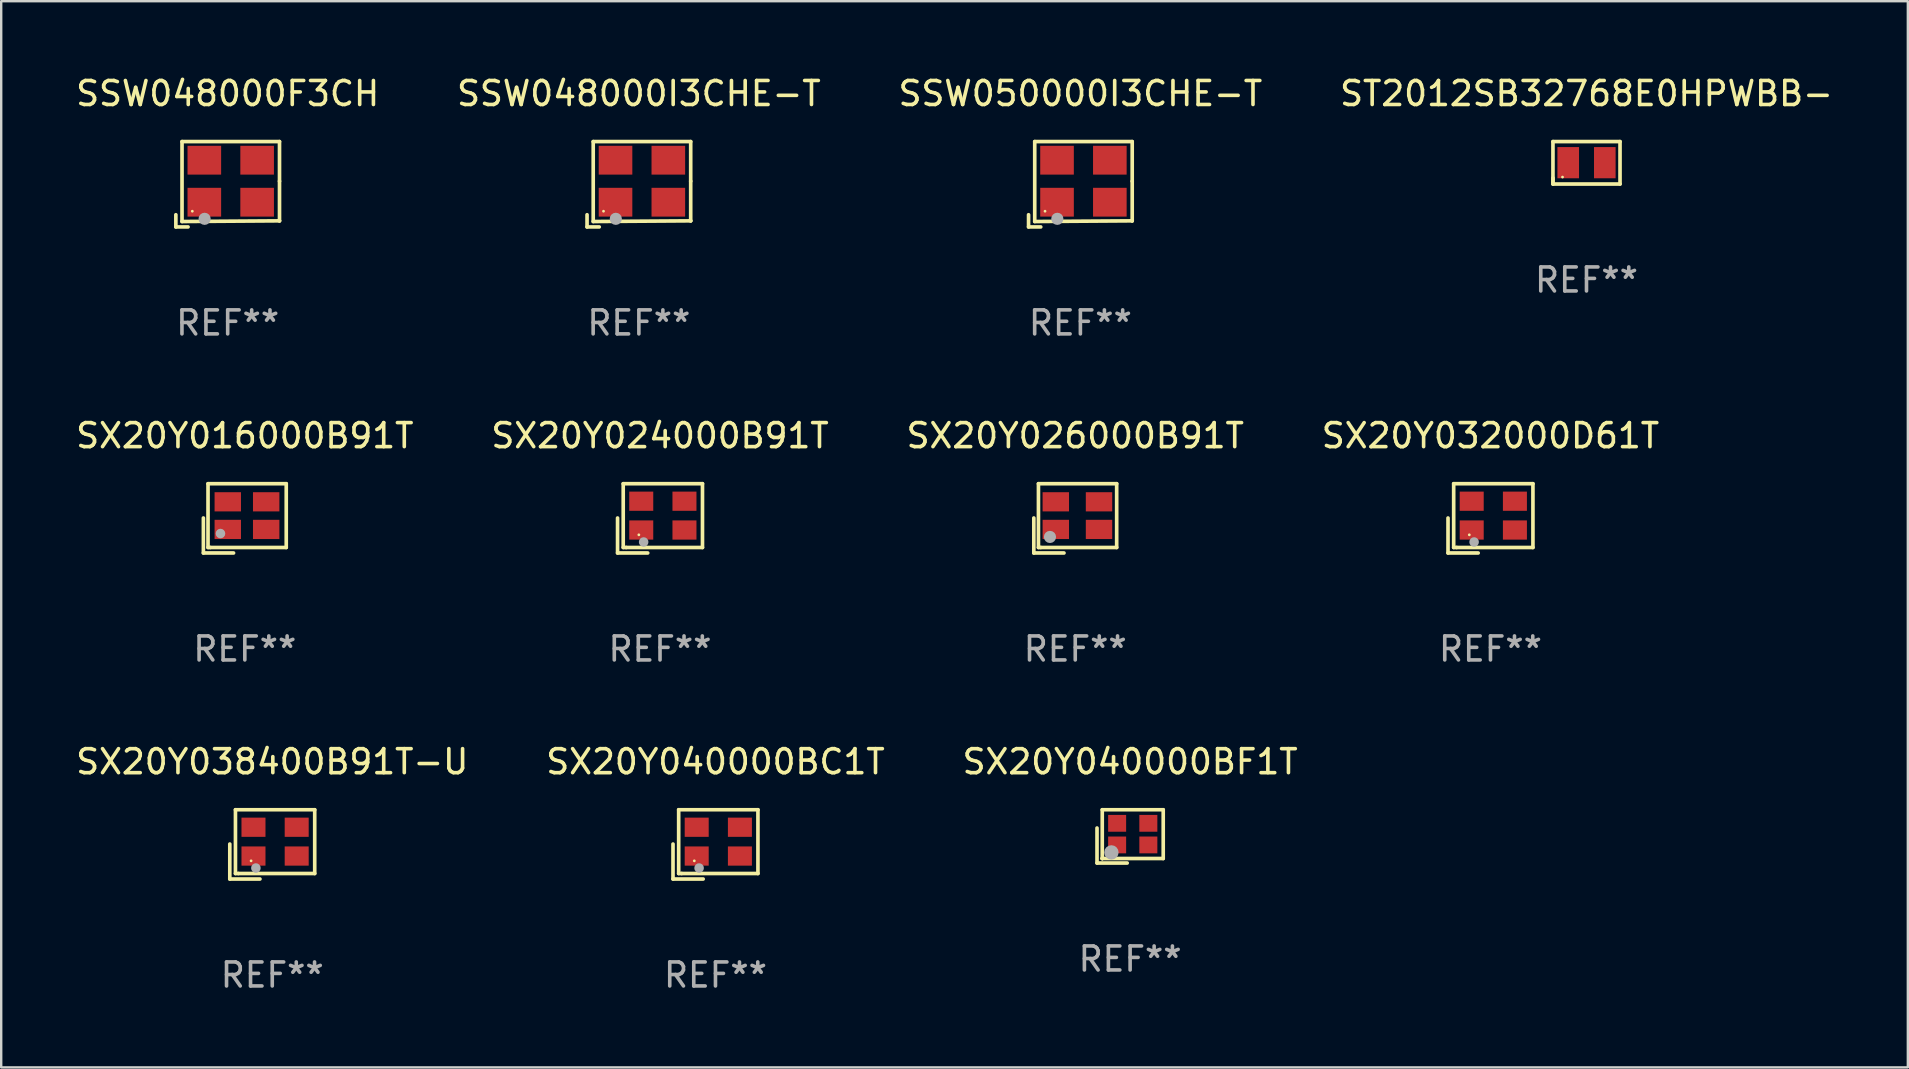
<source format=kicad_pcb>
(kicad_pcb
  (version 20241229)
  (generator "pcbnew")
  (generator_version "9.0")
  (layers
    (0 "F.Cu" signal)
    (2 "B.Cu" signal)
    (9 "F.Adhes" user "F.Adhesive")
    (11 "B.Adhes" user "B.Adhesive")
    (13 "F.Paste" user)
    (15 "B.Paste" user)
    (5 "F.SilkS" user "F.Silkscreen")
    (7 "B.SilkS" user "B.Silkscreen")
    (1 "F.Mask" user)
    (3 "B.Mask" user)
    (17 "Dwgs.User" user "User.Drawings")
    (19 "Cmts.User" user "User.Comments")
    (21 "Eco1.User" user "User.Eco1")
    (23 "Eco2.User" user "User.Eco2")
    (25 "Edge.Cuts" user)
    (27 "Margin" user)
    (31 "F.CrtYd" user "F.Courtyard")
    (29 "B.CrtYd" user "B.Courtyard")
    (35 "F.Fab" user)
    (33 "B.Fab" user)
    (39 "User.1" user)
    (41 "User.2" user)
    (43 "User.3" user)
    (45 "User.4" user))
  (footprint "SX20Y024000B91T"
    (layer "F.Cu")
    (at 24.446 18.544)
    (property "Reference" "SX20Y024000B91T" (at 0 -3.443 0) (layer "F.SilkS") (effects (font (size 1 1) (thickness 0.15))))
    (attr through_hole)
    (fp_line (start -1.769 -0.014) (end -1.769 1.443) (stroke (width 0.152) (type solid)) (layer "F.SilkS"))
    (fp_line (start -1.769 1.443) (end -0.512 1.443) (stroke (width 0.152) (type solid)) (layer "F.SilkS"))
    (fp_line (start -1.533 -1.443) (end 1.769 -1.443) (stroke (width 0.152) (type solid)) (layer "F.SilkS"))
    (fp_line (start -1.533 1.214) (end -1.533 -1.443) (stroke (width 0.152) (type solid)) (layer "F.SilkS"))
    (fp_line (start -1.411 1.214) (end -1.533 1.214) (stroke (width 0.152) (type solid)) (layer "F.SilkS"))
    (fp_line (start 1.769 -1.443) (end 1.769 1.214) (stroke (width 0.152) (type solid)) (layer "F.SilkS"))
    (fp_line (start 1.769 1.214) (end -1.411 1.214) (stroke (width 0.152) (type solid)) (layer "F.SilkS"))
    (fp_circle (center -0.882 0.686) (end -0.852 0.686) (stroke (width 0.06) (type solid)) (fill no) (layer "F.SilkS"))
    (fp_circle (center -0.682 0.986) (end -0.582 0.986) (stroke (width 0.2) (type solid)) (fill no) (layer "F.Fab"))
    (fp_text user "REF**" (at 0 5.443 0) (layer "F.Fab") (effects (font (size 1 1) (thickness 0.15))))
    (pad "1" smd rect (at -0.782 0.486 90) (size 0.8 1) (layers "F.Cu" "F.Mask" "F.Paste"))
    (pad "2" smd rect (at 1.018 0.486 90) (size 0.8 1) (layers "F.Cu" "F.Mask" "F.Paste"))
    (pad "3" smd rect (at 1.018 -0.714 90) (size 0.8 1) (layers "F.Cu" "F.Mask" "F.Paste"))
    (pad "4" smd rect (at -0.782 -0.714 90) (size 0.8 1) (layers "F.Cu" "F.Mask" "F.Paste")))
  (footprint "SX20Y040000BC1T"
    (layer "F.Cu")
    (at 26.756 32.126)
    (property "Reference" "SX20Y040000BC1T" (at 0 -3.443 0) (layer "F.SilkS") (effects (font (size 1 1) (thickness 0.15))))
    (attr through_hole)
    (fp_line (start -1.769 -0.014) (end -1.769 1.443) (stroke (width 0.152) (type solid)) (layer "F.SilkS"))
    (fp_line (start -1.769 1.443) (end -0.512 1.443) (stroke (width 0.152) (type solid)) (layer "F.SilkS"))
    (fp_line (start -1.533 -1.443) (end 1.769 -1.443) (stroke (width 0.152) (type solid)) (layer "F.SilkS"))
    (fp_line (start -1.533 1.214) (end -1.533 -1.443) (stroke (width 0.152) (type solid)) (layer "F.SilkS"))
    (fp_line (start -1.411 1.214) (end -1.533 1.214) (stroke (width 0.152) (type solid)) (layer "F.SilkS"))
    (fp_line (start 1.769 -1.443) (end 1.769 1.214) (stroke (width 0.152) (type solid)) (layer "F.SilkS"))
    (fp_line (start 1.769 1.214) (end -1.411 1.214) (stroke (width 0.152) (type solid)) (layer "F.SilkS"))
    (fp_circle (center -0.882 0.686) (end -0.852 0.686) (stroke (width 0.06) (type solid)) (fill no) (layer "F.SilkS"))
    (fp_circle (center -0.682 0.986) (end -0.582 0.986) (stroke (width 0.2) (type solid)) (fill no) (layer "F.Fab"))
    (fp_text user "REF**" (at 0 5.443 0) (layer "F.Fab") (effects (font (size 1 1) (thickness 0.15))))
    (pad "1" smd rect (at -0.782 0.486 90) (size 0.8 1) (layers "F.Cu" "F.Mask" "F.Paste"))
    (pad "2" smd rect (at 1.018 0.486 90) (size 0.8 1) (layers "F.Cu" "F.Mask" "F.Paste"))
    (pad "3" smd rect (at 1.018 -0.714 90) (size 0.8 1) (layers "F.Cu" "F.Mask" "F.Paste"))
    (pad "4" smd rect (at -0.782 -0.714 90) (size 0.8 1) (layers "F.Cu" "F.Mask" "F.Paste")))
  (footprint "SSW048000F3CH"
    (layer "F.Cu")
    (at 6.435 4.626)
    (property "Reference" "SSW048000F3CH" (at 0 -3.778 0) (layer "F.SilkS") (effects (font (size 1 1) (thickness 0.15))))
    (attr through_hole)
    (fp_line (start -2.159 1.27) (end -2.159 1.778) (stroke (width 0.152) (type solid)) (layer "F.SilkS"))
    (fp_line (start -2.159 1.778) (end -1.651 1.778) (stroke (width 0.152) (type solid)) (layer "F.SilkS"))
    (fp_line (start -1.902 -1.778) (end 2.159 -1.778) (stroke (width 0.152) (type solid)) (layer "F.SilkS"))
    (fp_line (start -1.902 1.552) (end -1.902 -1.778) (stroke (width 0.152) (type solid)) (layer "F.SilkS"))
    (fp_line (start 2.159 -1.778) (end 2.159 -0.127) (stroke (width 0.152) (type solid)) (layer "F.SilkS"))
    (fp_line (start 2.159 -0.127) (end 2.159 1.524) (stroke (width 0.152) (type solid)) (layer "F.SilkS"))
    (fp_line (start 2.159 1.524) (end -1.902 1.552) (stroke (width 0.152) (type solid)) (layer "F.SilkS"))
    (fp_line (start 2.159 1.524) (end 2.159 1.524) (stroke (width 0.152) (type solid)) (layer "F.SilkS"))
    (fp_circle (center -1.473 1.123) (end -1.443 1.123) (stroke (width 0.06) (type solid)) (fill no) (layer "F.SilkS"))
    (fp_circle (center -0.961 1.44) (end -0.834 1.44) (stroke (width 0.254) (type solid)) (fill no) (layer "F.Fab"))
    (fp_text user "REF**" (at 0 5.778 0) (layer "F.Fab") (effects (font (size 1 1) (thickness 0.15))))
    (pad "1" smd rect (at -0.973 0.748) (size 1.4 1.2) (layers "F.Cu" "F.Mask" "F.Paste"))
    (pad "2" smd rect (at 1.227 0.748) (size 1.4 1.2) (layers "F.Cu" "F.Mask" "F.Paste"))
    (pad "3" smd rect (at 1.227 -1.002) (size 1.4 1.2) (layers "F.Cu" "F.Mask" "F.Paste"))
    (pad "4" smd rect (at -0.973 -1.002) (size 1.4 1.2) (layers "F.Cu" "F.Mask" "F.Paste")))
  (footprint "SX20Y026000B91T"
    (layer "F.Cu")
    (at 41.744 18.544)
    (property "Reference" "SX20Y026000B91T" (at 0 -3.443 0) (layer "F.SilkS") (effects (font (size 1 1) (thickness 0.15))))
    (attr through_hole)
    (fp_line (start -1.726 -0.015) (end -1.726 1.443) (stroke (width 0.152) (type solid)) (layer "F.SilkS"))
    (fp_line (start -1.726 1.443) (end -0.469 1.443) (stroke (width 0.152) (type solid)) (layer "F.SilkS"))
    (fp_line (start -1.533 -1.443) (end 1.726 -1.443) (stroke (width 0.152) (type solid)) (layer "F.SilkS"))
    (fp_line (start -1.533 1.214) (end -1.533 -1.443) (stroke (width 0.152) (type solid)) (layer "F.SilkS"))
    (fp_line (start -1.439 1.214) (end -1.533 1.214) (stroke (width 0.152) (type solid)) (layer "F.SilkS"))
    (fp_line (start 1.726 -1.443) (end 1.726 1.214) (stroke (width 0.152) (type solid)) (layer "F.SilkS"))
    (fp_line (start 1.726 1.214) (end -1.439 1.214) (stroke (width 0.152) (type solid)) (layer "F.SilkS"))
    (fp_circle (center -0.91 0.686) (end -0.88 0.686) (stroke (width 0.06) (type solid)) (fill no) (layer "F.SilkS"))
    (fp_circle (center -1.053 0.775) (end -0.926 0.775) (stroke (width 0.254) (type solid)) (fill no) (layer "F.Fab"))
    (fp_text user "REF**" (at 0 5.443 0) (layer "F.Fab") (effects (font (size 1 1) (thickness 0.15))))
    (pad "1" smd rect (at -0.81 0.461) (size 1.1 0.8) (layers "F.Cu" "F.Mask" "F.Paste"))
    (pad "2" smd rect (at 0.99 0.461) (size 1.1 0.8) (layers "F.Cu" "F.Mask" "F.Paste"))
    (pad "3" smd rect (at 0.99 -0.689) (size 1.1 0.8) (layers "F.Cu" "F.Mask" "F.Paste"))
    (pad "4" smd rect (at -0.81 -0.689) (size 1.1 0.8) (layers "F.Cu" "F.Mask" "F.Paste")))
  (footprint "SSW050000I3CHE-T"
    (layer "F.Cu")
    (at 41.958 4.626)
    (property "Reference" "SSW050000I3CHE-T" (at 0 -3.778 0) (layer "F.SilkS") (effects (font (size 1 1) (thickness 0.15))))
    (attr through_hole)
    (fp_line (start -2.159 1.27) (end -2.159 1.778) (stroke (width 0.152) (type solid)) (layer "F.SilkS"))
    (fp_line (start -2.159 1.778) (end -1.651 1.778) (stroke (width 0.152) (type solid)) (layer "F.SilkS"))
    (fp_line (start -1.902 -1.778) (end 2.159 -1.778) (stroke (width 0.152) (type solid)) (layer "F.SilkS"))
    (fp_line (start -1.902 1.552) (end -1.902 -1.778) (stroke (width 0.152) (type solid)) (layer "F.SilkS"))
    (fp_line (start 2.159 -1.778) (end 2.159 -0.127) (stroke (width 0.152) (type solid)) (layer "F.SilkS"))
    (fp_line (start 2.159 -0.127) (end 2.159 1.524) (stroke (width 0.152) (type solid)) (layer "F.SilkS"))
    (fp_line (start 2.159 1.524) (end -1.902 1.552) (stroke (width 0.152) (type solid)) (layer "F.SilkS"))
    (fp_line (start 2.159 1.524) (end 2.159 1.524) (stroke (width 0.152) (type solid)) (layer "F.SilkS"))
    (fp_circle (center -1.473 1.123) (end -1.443 1.123) (stroke (width 0.06) (type solid)) (fill no) (layer "F.SilkS"))
    (fp_circle (center -0.961 1.44) (end -0.834 1.44) (stroke (width 0.254) (type solid)) (fill no) (layer "F.Fab"))
    (fp_text user "REF**" (at 0 5.778 0) (layer "F.Fab") (effects (font (size 1 1) (thickness 0.15))))
    (pad "1" smd rect (at -0.973 0.748) (size 1.4 1.2) (layers "F.Cu" "F.Mask" "F.Paste"))
    (pad "2" smd rect (at 1.227 0.748) (size 1.4 1.2) (layers "F.Cu" "F.Mask" "F.Paste"))
    (pad "3" smd rect (at 1.227 -1.002) (size 1.4 1.2) (layers "F.Cu" "F.Mask" "F.Paste"))
    (pad "4" smd rect (at -0.973 -1.002) (size 1.4 1.2) (layers "F.Cu" "F.Mask" "F.Paste")))
  (footprint "SX20Y040000BF1T"
    (layer "F.Cu")
    (at 44.03 31.793)
    (property "Reference" "SX20Y040000BF1T" (at 0 -3.11 0) (layer "F.SilkS") (effects (font (size 1 1) (thickness 0.15))))
    (attr through_hole)
    (fp_line (start -1.379 -0.348) (end -1.379 1.11) (stroke (width 0.152) (type solid)) (layer "F.SilkS"))
    (fp_line (start -1.379 1.11) (end -0.122 1.11) (stroke (width 0.152) (type solid)) (layer "F.SilkS"))
    (fp_line (start -1.161 -1.11) (end 1.379 -1.11) (stroke (width 0.152) (type solid)) (layer "F.SilkS"))
    (fp_line (start -1.161 0.922) (end -1.161 -1.11) (stroke (width 0.152) (type solid)) (layer "F.SilkS"))
    (fp_line (start -1.161 0.922) (end -1.161 0.922) (stroke (width 0.152) (type solid)) (layer "F.SilkS"))
    (fp_line (start -1.161 0.922) (end -1.161 0.922) (stroke (width 0.152) (type solid)) (layer "F.SilkS"))
    (fp_line (start 1.379 -1.11) (end 1.379 0.922) (stroke (width 0.152) (type solid)) (layer "F.SilkS"))
    (fp_line (start 1.379 0.922) (end -1.161 0.922) (stroke (width 0.152) (type solid)) (layer "F.SilkS"))
    (fp_circle (center -0.891 0.706) (end -0.861 0.706) (stroke (width 0.06) (type solid)) (fill no) (layer "F.SilkS"))
    (fp_circle (center -0.78 0.668) (end -0.63 0.668) (stroke (width 0.3) (type solid)) (fill no) (layer "F.Fab"))
    (fp_text user "REF**" (at 0 5.11 0) (layer "F.Fab") (effects (font (size 1 1) (thickness 0.15))))
    (pad "1" smd rect (at -0.541 0.356) (size 0.75 0.7) (layers "F.Cu" "F.Mask" "F.Paste"))
    (pad "2" smd rect (at 0.759 0.356) (size 0.75 0.7) (layers "F.Cu" "F.Mask" "F.Paste"))
    (pad "3" smd rect (at 0.759 -0.544) (size 0.75 0.7) (layers "F.Cu" "F.Mask" "F.Paste"))
    (pad "4" smd rect (at -0.541 -0.544) (size 0.75 0.7) (layers "F.Cu" "F.Mask" "F.Paste")))
  (footprint "ST2012SB32768E0HPWBB-"
    (layer "F.Cu")
    (at 63.042 3.732)
    (property "Reference" "ST2012SB32768E0HPWBB-" (at 0 -2.884 0) (layer "F.SilkS") (effects (font (size 1 1) (thickness 0.15))))
    (attr through_hole)
    (fp_line (start -1.397 -0.884) (end 1.397 -0.884) (stroke (width 0.152) (type solid)) (layer "F.SilkS"))
    (fp_line (start -1.397 0.874) (end -1.397 -0.884) (stroke (width 0.152) (type solid)) (layer "F.SilkS"))
    (fp_line (start -1.397 0.884) (end -1.396 0.63) (stroke (width 0.152) (type solid)) (layer "F.SilkS"))
    (fp_line (start 1.397 -0.884) (end 1.397 0.884) (stroke (width 0.152) (type solid)) (layer "F.SilkS"))
    (fp_line (start 1.397 0.884) (end -1.397 0.884) (stroke (width 0.152) (type solid)) (layer "F.SilkS"))
    (fp_circle (center -0.999 0.595) (end -0.969 0.595) (stroke (width 0.06) (type solid)) (fill no) (layer "F.SilkS"))
    (fp_text user "REF**" (at 0 4.884 0) (layer "F.Fab") (effects (font (size 1 1) (thickness 0.15))))
    (pad "1" smd rect (at -0.761 -0.005) (size 0.9 1.3) (layers "F.Cu" "F.Mask" "F.Paste"))
    (pad "2" smd rect (at 0.763 -0.005) (size 0.9 1.3) (layers "F.Cu" "F.Mask" "F.Paste")))
  (footprint "SX20Y038400B91T-U"
    (layer "F.Cu")
    (at 8.292 32.126)
    (property "Reference" "SX20Y038400B91T-U" (at 0 -3.443 0) (layer "F.SilkS") (effects (font (size 1 1) (thickness 0.15))))
    (attr through_hole)
    (fp_line (start -1.769 -0.014) (end -1.769 1.443) (stroke (width 0.152) (type solid)) (layer "F.SilkS"))
    (fp_line (start -1.769 1.443) (end -0.512 1.443) (stroke (width 0.152) (type solid)) (layer "F.SilkS"))
    (fp_line (start -1.533 -1.443) (end 1.769 -1.443) (stroke (width 0.152) (type solid)) (layer "F.SilkS"))
    (fp_line (start -1.533 1.214) (end -1.533 -1.443) (stroke (width 0.152) (type solid)) (layer "F.SilkS"))
    (fp_line (start -1.411 1.214) (end -1.533 1.214) (stroke (width 0.152) (type solid)) (layer "F.SilkS"))
    (fp_line (start 1.769 -1.443) (end 1.769 1.214) (stroke (width 0.152) (type solid)) (layer "F.SilkS"))
    (fp_line (start 1.769 1.214) (end -1.411 1.214) (stroke (width 0.152) (type solid)) (layer "F.SilkS"))
    (fp_circle (center -0.882 0.686) (end -0.852 0.686) (stroke (width 0.06) (type solid)) (fill no) (layer "F.SilkS"))
    (fp_circle (center -0.682 0.986) (end -0.582 0.986) (stroke (width 0.2) (type solid)) (fill no) (layer "F.Fab"))
    (fp_text user "REF**" (at 0 5.443 0) (layer "F.Fab") (effects (font (size 1 1) (thickness 0.15))))
    (pad "1" smd rect (at -0.782 0.486 90) (size 0.8 1) (layers "F.Cu" "F.Mask" "F.Paste"))
    (pad "2" smd rect (at 1.018 0.486 90) (size 0.8 1) (layers "F.Cu" "F.Mask" "F.Paste"))
    (pad "3" smd rect (at 1.018 -0.714 90) (size 0.8 1) (layers "F.Cu" "F.Mask" "F.Paste"))
    (pad "4" smd rect (at -0.782 -0.714 90) (size 0.8 1) (layers "F.Cu" "F.Mask" "F.Paste")))
  (footprint "SX20Y032000D61T"
    (layer "F.Cu")
    (at 59.042 18.544)
    (property "Reference" "SX20Y032000D61T" (at 0 -3.443 0) (layer "F.SilkS") (effects (font (size 1 1) (thickness 0.15))))
    (attr through_hole)
    (fp_line (start -1.769 -0.014) (end -1.769 1.443) (stroke (width 0.152) (type solid)) (layer "F.SilkS"))
    (fp_line (start -1.769 1.443) (end -0.512 1.443) (stroke (width 0.152) (type solid)) (layer "F.SilkS"))
    (fp_line (start -1.533 -1.443) (end 1.769 -1.443) (stroke (width 0.152) (type solid)) (layer "F.SilkS"))
    (fp_line (start -1.533 1.214) (end -1.533 -1.443) (stroke (width 0.152) (type solid)) (layer "F.SilkS"))
    (fp_line (start -1.411 1.214) (end -1.533 1.214) (stroke (width 0.152) (type solid)) (layer "F.SilkS"))
    (fp_line (start 1.769 -1.443) (end 1.769 1.214) (stroke (width 0.152) (type solid)) (layer "F.SilkS"))
    (fp_line (start 1.769 1.214) (end -1.411 1.214) (stroke (width 0.152) (type solid)) (layer "F.SilkS"))
    (fp_circle (center -0.882 0.686) (end -0.852 0.686) (stroke (width 0.06) (type solid)) (fill no) (layer "F.SilkS"))
    (fp_circle (center -0.682 0.986) (end -0.582 0.986) (stroke (width 0.2) (type solid)) (fill no) (layer "F.Fab"))
    (fp_text user "REF**" (at 0 5.443 0) (layer "F.Fab") (effects (font (size 1 1) (thickness 0.15))))
    (pad "1" smd rect (at -0.782 0.486 90) (size 0.8 1) (layers "F.Cu" "F.Mask" "F.Paste"))
    (pad "2" smd rect (at 1.018 0.486 90) (size 0.8 1) (layers "F.Cu" "F.Mask" "F.Paste"))
    (pad "3" smd rect (at 1.018 -0.714 90) (size 0.8 1) (layers "F.Cu" "F.Mask" "F.Paste"))
    (pad "4" smd rect (at -0.782 -0.714 90) (size 0.8 1) (layers "F.Cu" "F.Mask" "F.Paste")))
  (footprint "SSW048000I3CHE-T"
    (layer "F.Cu")
    (at 23.565 4.626)
    (property "Reference" "SSW048000I3CHE-T" (at 0 -3.778 0) (layer "F.SilkS") (effects (font (size 1 1) (thickness 0.15))))
    (attr through_hole)
    (fp_line (start -2.159 1.27) (end -2.159 1.778) (stroke (width 0.152) (type solid)) (layer "F.SilkS"))
    (fp_line (start -2.159 1.778) (end -1.651 1.778) (stroke (width 0.152) (type solid)) (layer "F.SilkS"))
    (fp_line (start -1.902 -1.778) (end 2.159 -1.778) (stroke (width 0.152) (type solid)) (layer "F.SilkS"))
    (fp_line (start -1.902 1.552) (end -1.902 -1.778) (stroke (width 0.152) (type solid)) (layer "F.SilkS"))
    (fp_line (start 2.159 -1.778) (end 2.159 -0.127) (stroke (width 0.152) (type solid)) (layer "F.SilkS"))
    (fp_line (start 2.159 -0.127) (end 2.159 1.524) (stroke (width 0.152) (type solid)) (layer "F.SilkS"))
    (fp_line (start 2.159 1.524) (end -1.902 1.552) (stroke (width 0.152) (type solid)) (layer "F.SilkS"))
    (fp_line (start 2.159 1.524) (end 2.159 1.524) (stroke (width 0.152) (type solid)) (layer "F.SilkS"))
    (fp_circle (center -1.473 1.123) (end -1.443 1.123) (stroke (width 0.06) (type solid)) (fill no) (layer "F.SilkS"))
    (fp_circle (center -0.961 1.44) (end -0.834 1.44) (stroke (width 0.254) (type solid)) (fill no) (layer "F.Fab"))
    (fp_text user "REF**" (at 0 5.778 0) (layer "F.Fab") (effects (font (size 1 1) (thickness 0.15))))
    (pad "1" smd rect (at -0.973 0.748) (size 1.4 1.2) (layers "F.Cu" "F.Mask" "F.Paste"))
    (pad "2" smd rect (at 1.227 0.748) (size 1.4 1.2) (layers "F.Cu" "F.Mask" "F.Paste"))
    (pad "3" smd rect (at 1.227 -1.002) (size 1.4 1.2) (layers "F.Cu" "F.Mask" "F.Paste"))
    (pad "4" smd rect (at -0.973 -1.002) (size 1.4 1.2) (layers "F.Cu" "F.Mask" "F.Paste")))
  (footprint "SX20Y016000B91T"
    (layer "F.Cu")
    (at 7.149 18.544)
    (property "Reference" "SX20Y016000B91T" (at 0 -3.443 0) (layer "F.SilkS") (effects (font (size 1 1) (thickness 0.15))))
    (attr through_hole)
    (fp_line (start -1.726 -0.015) (end -1.726 1.443) (stroke (width 0.152) (type solid)) (layer "F.SilkS"))
    (fp_line (start -1.726 1.443) (end -0.469 1.443) (stroke (width 0.152) (type solid)) (layer "F.SilkS"))
    (fp_line (start -1.533 -1.443) (end 1.726 -1.443) (stroke (width 0.152) (type solid)) (layer "F.SilkS"))
    (fp_line (start -1.533 1.214) (end -1.533 -1.443) (stroke (width 0.152) (type solid)) (layer "F.SilkS"))
    (fp_line (start -1.439 1.214) (end -1.533 1.214) (stroke (width 0.152) (type solid)) (layer "F.SilkS"))
    (fp_line (start 1.726 -1.443) (end 1.726 1.214) (stroke (width 0.152) (type solid)) (layer "F.SilkS"))
    (fp_line (start 1.726 1.214) (end -1.439 1.214) (stroke (width 0.152) (type solid)) (layer "F.SilkS"))
    (fp_circle (center -0.91 0.686) (end -0.88 0.686) (stroke (width 0.06) (type solid)) (fill no) (layer "F.SilkS"))
    (fp_circle (center -1.014 0.633) (end -0.914 0.633) (stroke (width 0.2) (type solid)) (fill no) (layer "F.Fab"))
    (fp_text user "REF**" (at 0 5.443 0) (layer "F.Fab") (effects (font (size 1 1) (thickness 0.15))))
    (pad "1" smd rect (at -0.71 0.461) (size 1.1 0.8) (layers "F.Cu" "F.Mask" "F.Paste"))
    (pad "2" smd rect (at 0.89 0.461) (size 1.1 0.8) (layers "F.Cu" "F.Mask" "F.Paste"))
    (pad "3" smd rect (at 0.89 -0.689) (size 1.1 0.8) (layers "F.Cu" "F.Mask" "F.Paste"))
    (pad "4" smd rect (at -0.71 -0.689) (size 1.1 0.8) (layers "F.Cu" "F.Mask" "F.Paste")))
  (gr_rect
    (start -3 -3)
    (end 76.429 41.417)
    (stroke (width 0.1) (type default))
    (fill no)
    (layer "Edge.Cuts")))
</source>
